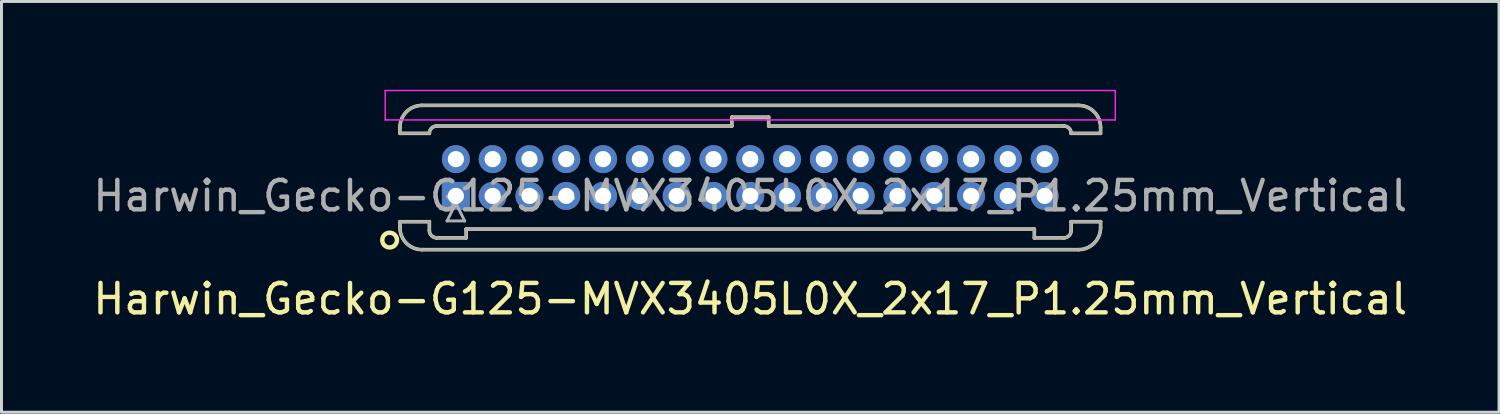
<source format=kicad_pcb>
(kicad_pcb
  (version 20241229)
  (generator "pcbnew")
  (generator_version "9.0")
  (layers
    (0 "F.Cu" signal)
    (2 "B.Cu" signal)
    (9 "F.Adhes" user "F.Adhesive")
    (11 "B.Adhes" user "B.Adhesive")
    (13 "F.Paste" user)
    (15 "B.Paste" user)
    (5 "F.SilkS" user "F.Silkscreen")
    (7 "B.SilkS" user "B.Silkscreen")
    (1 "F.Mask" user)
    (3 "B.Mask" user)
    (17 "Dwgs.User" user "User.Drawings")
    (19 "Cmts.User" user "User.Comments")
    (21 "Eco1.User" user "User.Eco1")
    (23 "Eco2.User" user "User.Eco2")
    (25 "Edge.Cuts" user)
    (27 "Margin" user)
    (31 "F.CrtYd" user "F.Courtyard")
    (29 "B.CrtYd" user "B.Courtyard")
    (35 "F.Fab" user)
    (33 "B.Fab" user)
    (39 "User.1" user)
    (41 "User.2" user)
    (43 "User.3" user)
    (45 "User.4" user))
  (footprint "Harwin_Gecko-G125-MVX3405L0X_2x17_P1.25mm_Vertical"
    (layer "F.Cu")
    (at 12.435 3.605)
    (property "Reference" "Harwin_Gecko-G125-MVX3405L0X_2x17_P1.25mm_Vertical" (at 10 3.5 0) (layer "F.SilkS") (effects (font (size 1 1) (thickness 0.15))))
    (attr through_hole)
    (fp_line (start -1.9 -2.325) (end -1.9 -2.125) (stroke (width 0.12) (type solid)) (layer "F.SilkS"))
    (fp_line (start -1.9 -2.125) (end -0.9 -2.125) (stroke (width 0.12) (type solid)) (layer "F.SilkS"))
    (fp_line (start -1.9 0.875) (end -0.9 0.875) (stroke (width 0.12) (type solid)) (layer "F.SilkS"))
    (fp_line (start -1.9 1.075) (end -1.9 0.875) (stroke (width 0.12) (type solid)) (layer "F.SilkS"))
    (fp_line (start -1.15 -3.075) (end 21.15 -3.075) (stroke (width 0.12) (type solid)) (layer "F.SilkS"))
    (fp_line (start -1.15 1.825) (end 21.15 1.825) (stroke (width 0.12) (type solid)) (layer "F.SilkS"))
    (fp_line (start -0.9 -2.125) (end -0.9 -2.125) (stroke (width 0.12) (type solid)) (layer "F.SilkS"))
    (fp_line (start -0.9 0.875) (end -0.9 0.875) (stroke (width 0.12) (type solid)) (layer "F.SilkS"))
    (fp_line (start -0.9 1.175) (end -0.9 0.875) (stroke (width 0.12) (type solid)) (layer "F.SilkS"))
    (fp_line (start -0.65 -2.375) (end 9.375 -2.375) (stroke (width 0.12) (type solid)) (layer "F.SilkS"))
    (fp_line (start -0.65 1.425) (end 0.35 1.425) (stroke (width 0.12) (type solid)) (layer "F.SilkS"))
    (fp_line (start 0.35 1.125) (end 19.65 1.125) (stroke (width 0.12) (type solid)) (layer "F.SilkS"))
    (fp_line (start 0.35 1.425) (end 0.35 1.125) (stroke (width 0.12) (type solid)) (layer "F.SilkS"))
    (fp_line (start 9.375 -2.675) (end 10.625 -2.675) (stroke (width 0.12) (type solid)) (layer "F.SilkS"))
    (fp_line (start 9.375 -2.375) (end 9.375 -2.675) (stroke (width 0.12) (type solid)) (layer "F.SilkS"))
    (fp_line (start 10.625 -2.675) (end 10.625 -2.375) (stroke (width 0.12) (type solid)) (layer "F.SilkS"))
    (fp_line (start 10.625 -2.375) (end 20.65 -2.375) (stroke (width 0.12) (type solid)) (layer "F.SilkS"))
    (fp_line (start 19.65 1.125) (end 19.65 1.425) (stroke (width 0.12) (type solid)) (layer "F.SilkS"))
    (fp_line (start 19.65 1.425) (end 20.65 1.425) (stroke (width 0.12) (type solid)) (layer "F.SilkS"))
    (fp_line (start 20.9 -2.125) (end 20.9 -2.125) (stroke (width 0.12) (type solid)) (layer "F.SilkS"))
    (fp_line (start 20.9 0.875) (end 20.9 0.875) (stroke (width 0.12) (type solid)) (layer "F.SilkS"))
    (fp_line (start 20.9 1.175) (end 20.9 0.875) (stroke (width 0.12) (type solid)) (layer "F.SilkS"))
    (fp_line (start 21.9 -2.325) (end 21.9 -2.125) (stroke (width 0.12) (type solid)) (layer "F.SilkS"))
    (fp_line (start 21.9 -2.125) (end 20.9 -2.125) (stroke (width 0.12) (type solid)) (layer "F.SilkS"))
    (fp_line (start 21.9 0.875) (end 20.9 0.875) (stroke (width 0.12) (type solid)) (layer "F.SilkS"))
    (fp_line (start 21.9 1.075) (end 21.9 0.875) (stroke (width 0.12) (type solid)) (layer "F.SilkS"))
    (fp_arc (start -1.9 -2.325) (mid -1.68033 -2.85533) (end -1.15 -3.075) (stroke (width 0.12) (type solid)) (layer "F.SilkS"))
    (fp_arc (start -1.15 1.825) (mid -1.68033 1.60533) (end -1.9 1.075) (stroke (width 0.12) (type solid)) (layer "F.SilkS"))
    (fp_arc (start -0.9 -2.125) (mid -0.826777 -2.301777) (end -0.65 -2.375) (stroke (width 0.12) (type solid)) (layer "F.SilkS"))
    (fp_arc (start -0.65 1.425) (mid -0.826777 1.351777) (end -0.9 1.175) (stroke (width 0.12) (type solid)) (layer "F.SilkS"))
    (fp_arc (start 20.65 -2.375) (mid 20.826777 -2.301777) (end 20.9 -2.125) (stroke (width 0.12) (type solid)) (layer "F.SilkS"))
    (fp_arc (start 20.9 1.175) (mid 20.826777 1.351777) (end 20.65 1.425) (stroke (width 0.12) (type solid)) (layer "F.SilkS"))
    (fp_arc (start 21.15 -3.075) (mid 21.68033 -2.85533) (end 21.9 -2.325) (stroke (width 0.12) (type solid)) (layer "F.SilkS"))
    (fp_arc (start 21.9 1.075) (mid 21.68033 1.60533) (end 21.15 1.825) (stroke (width 0.12) (type solid)) (layer "F.SilkS"))
    (fp_circle (center -2.25 1.5) (end -2 1.5) (stroke (width 0.15) (type solid)) (fill no) (layer "F.SilkS"))
    (fp_line (start -2.4 -3.58) (end -2.4 -2.58) (stroke (width 0.05) (type solid)) (layer "F.CrtYd"))
    (fp_line (start -2.4 -2.58) (end 22.4 -2.58) (stroke (width 0.05) (type solid)) (layer "F.CrtYd"))
    (fp_line (start 22.4 -3.58) (end -2.4 -3.58) (stroke (width 0.05) (type solid)) (layer "F.CrtYd"))
    (fp_line (start 22.4 -2.58) (end 22.4 -3.58) (stroke (width 0.05) (type solid)) (layer "F.CrtYd"))
    (fp_line (start -1.9 -2.325) (end -1.9 -2.125) (stroke (width 0.1) (type solid)) (layer "F.Fab"))
    (fp_line (start -1.9 -2.125) (end -0.9 -2.125) (stroke (width 0.1) (type solid)) (layer "F.Fab"))
    (fp_line (start -1.9 0.875) (end -0.9 0.875) (stroke (width 0.1) (type solid)) (layer "F.Fab"))
    (fp_line (start -1.9 1.075) (end -1.9 0.875) (stroke (width 0.1) (type solid)) (layer "F.Fab"))
    (fp_line (start -1.15 -3.075) (end 21.15 -3.075) (stroke (width 0.1) (type solid)) (layer "F.Fab"))
    (fp_line (start -1.15 1.825) (end 21.15 1.825) (stroke (width 0.1) (type solid)) (layer "F.Fab"))
    (fp_line (start -0.9 -2.125) (end -0.9 -2.125) (stroke (width 0.1) (type solid)) (layer "F.Fab"))
    (fp_line (start -0.9 0.875) (end -0.9 0.875) (stroke (width 0.1) (type solid)) (layer "F.Fab"))
    (fp_line (start -0.9 1.175) (end -0.9 0.875) (stroke (width 0.1) (type solid)) (layer "F.Fab"))
    (fp_line (start -0.65 -2.375) (end 9.375 -2.375) (stroke (width 0.1) (type solid)) (layer "F.Fab"))
    (fp_line (start -0.65 1.425) (end 0.35 1.425) (stroke (width 0.1) (type solid)) (layer "F.Fab"))
    (fp_line (start -0.3 0.85) (end 0.3 0.85) (stroke (width 0.1) (type solid)) (layer "F.Fab"))
    (fp_line (start 0 0.25) (end -0.3 0.85) (stroke (width 0.1) (type solid)) (layer "F.Fab"))
    (fp_line (start 0.3 0.85) (end 0 0.25) (stroke (width 0.1) (type solid)) (layer "F.Fab"))
    (fp_line (start 0.35 1.125) (end 19.65 1.125) (stroke (width 0.1) (type solid)) (layer "F.Fab"))
    (fp_line (start 0.35 1.425) (end 0.35 1.125) (stroke (width 0.1) (type solid)) (layer "F.Fab"))
    (fp_line (start 9.375 -2.675) (end 10.625 -2.675) (stroke (width 0.1) (type solid)) (layer "F.Fab"))
    (fp_line (start 9.375 -2.375) (end 9.375 -2.675) (stroke (width 0.1) (type solid)) (layer "F.Fab"))
    (fp_line (start 10.625 -2.675) (end 10.625 -2.375) (stroke (width 0.1) (type solid)) (layer "F.Fab"))
    (fp_line (start 10.625 -2.375) (end 20.65 -2.375) (stroke (width 0.1) (type solid)) (layer "F.Fab"))
    (fp_line (start 19.65 1.125) (end 19.65 1.425) (stroke (width 0.1) (type solid)) (layer "F.Fab"))
    (fp_line (start 19.65 1.425) (end 20.65 1.425) (stroke (width 0.1) (type solid)) (layer "F.Fab"))
    (fp_line (start 20.9 -2.125) (end 20.9 -2.125) (stroke (width 0.1) (type solid)) (layer "F.Fab"))
    (fp_line (start 20.9 0.875) (end 20.9 0.875) (stroke (width 0.1) (type solid)) (layer "F.Fab"))
    (fp_line (start 20.9 1.175) (end 20.9 0.875) (stroke (width 0.1) (type solid)) (layer "F.Fab"))
    (fp_line (start 21.9 -2.325) (end 21.9 -2.125) (stroke (width 0.1) (type solid)) (layer "F.Fab"))
    (fp_line (start 21.9 -2.125) (end 20.9 -2.125) (stroke (width 0.1) (type solid)) (layer "F.Fab"))
    (fp_line (start 21.9 0.875) (end 20.9 0.875) (stroke (width 0.1) (type solid)) (layer "F.Fab"))
    (fp_line (start 21.9 1.075) (end 21.9 0.875) (stroke (width 0.1) (type solid)) (layer "F.Fab"))
    (fp_arc (start -1.9 -2.325) (mid -1.68033 -2.85533) (end -1.15 -3.075) (stroke (width 0.1) (type solid)) (layer "F.Fab"))
    (fp_arc (start -1.15 1.825) (mid -1.68033 1.60533) (end -1.9 1.075) (stroke (width 0.1) (type solid)) (layer "F.Fab"))
    (fp_arc (start -0.9 -2.125) (mid -0.826777 -2.301777) (end -0.65 -2.375) (stroke (width 0.1) (type solid)) (layer "F.Fab"))
    (fp_arc (start -0.65 1.425) (mid -0.826777 1.351777) (end -0.9 1.175) (stroke (width 0.1) (type solid)) (layer "F.Fab"))
    (fp_arc (start 20.65 -2.375) (mid 20.826777 -2.301777) (end 20.9 -2.125) (stroke (width 0.1) (type solid)) (layer "F.Fab"))
    (fp_arc (start 20.9 1.175) (mid 20.826777 1.351777) (end 20.65 1.425) (stroke (width 0.1) (type solid)) (layer "F.Fab"))
    (fp_arc (start 21.15 -3.075) (mid 21.68033 -2.85533) (end 21.9 -2.325) (stroke (width 0.1) (type solid)) (layer "F.Fab"))
    (fp_arc (start 21.9 1.075) (mid 21.68033 1.60533) (end 21.15 1.825) (stroke (width 0.1) (type solid)) (layer "F.Fab"))
    (fp_text user "${REFERENCE}" (at 10 0 0) (layer "F.Fab") (effects (font (size 1 1) (thickness 0.15))))
    (pad "1" thru_hole rect (at 0 0) (size 0.95 0.95) (drill 0.55) (layers "*.Cu" "*.Mask"))
    (pad "2" thru_hole circle (at 0 -1.25) (size 0.95 0.95) (drill 0.55) (layers "*.Cu" "*.Mask"))
    (pad "3" thru_hole circle (at 1.25 0) (size 0.95 0.95) (drill 0.55) (layers "*.Cu" "*.Mask"))
    (pad "4" thru_hole circle (at 1.25 -1.25) (size 0.95 0.95) (drill 0.55) (layers "*.Cu" "*.Mask"))
    (pad "5" thru_hole circle (at 2.5 0) (size 0.95 0.95) (drill 0.55) (layers "*.Cu" "*.Mask"))
    (pad "6" thru_hole circle (at 2.5 -1.25) (size 0.95 0.95) (drill 0.55) (layers "*.Cu" "*.Mask"))
    (pad "7" thru_hole circle (at 3.75 0) (size 0.95 0.95) (drill 0.55) (layers "*.Cu" "*.Mask"))
    (pad "8" thru_hole circle (at 3.75 -1.25) (size 0.95 0.95) (drill 0.55) (layers "*.Cu" "*.Mask"))
    (pad "9" thru_hole circle (at 5 0) (size 0.95 0.95) (drill 0.55) (layers "*.Cu" "*.Mask"))
    (pad "10" thru_hole circle (at 5 -1.25) (size 0.95 0.95) (drill 0.55) (layers "*.Cu" "*.Mask"))
    (pad "11" thru_hole circle (at 6.25 0) (size 0.95 0.95) (drill 0.55) (layers "*.Cu" "*.Mask"))
    (pad "12" thru_hole circle (at 6.25 -1.25) (size 0.95 0.95) (drill 0.55) (layers "*.Cu" "*.Mask"))
    (pad "13" thru_hole circle (at 7.5 0) (size 0.95 0.95) (drill 0.55) (layers "*.Cu" "*.Mask"))
    (pad "14" thru_hole circle (at 7.5 -1.25) (size 0.95 0.95) (drill 0.55) (layers "*.Cu" "*.Mask"))
    (pad "15" thru_hole circle (at 8.75 0) (size 0.95 0.95) (drill 0.55) (layers "*.Cu" "*.Mask"))
    (pad "16" thru_hole circle (at 8.75 -1.25) (size 0.95 0.95) (drill 0.55) (layers "*.Cu" "*.Mask"))
    (pad "17" thru_hole circle (at 10 0) (size 0.95 0.95) (drill 0.55) (layers "*.Cu" "*.Mask"))
    (pad "18" thru_hole circle (at 10 -1.25) (size 0.95 0.95) (drill 0.55) (layers "*.Cu" "*.Mask"))
    (pad "19" thru_hole circle (at 11.25 0) (size 0.95 0.95) (drill 0.55) (layers "*.Cu" "*.Mask"))
    (pad "20" thru_hole circle (at 11.25 -1.25) (size 0.95 0.95) (drill 0.55) (layers "*.Cu" "*.Mask"))
    (pad "21" thru_hole circle (at 12.5 0) (size 0.95 0.95) (drill 0.55) (layers "*.Cu" "*.Mask"))
    (pad "22" thru_hole circle (at 12.5 -1.25) (size 0.95 0.95) (drill 0.55) (layers "*.Cu" "*.Mask"))
    (pad "23" thru_hole circle (at 13.75 0) (size 0.95 0.95) (drill 0.55) (layers "*.Cu" "*.Mask"))
    (pad "24" thru_hole circle (at 13.75 -1.25) (size 0.95 0.95) (drill 0.55) (layers "*.Cu" "*.Mask"))
    (pad "25" thru_hole circle (at 15 0) (size 0.95 0.95) (drill 0.55) (layers "*.Cu" "*.Mask"))
    (pad "26" thru_hole circle (at 15 -1.25) (size 0.95 0.95) (drill 0.55) (layers "*.Cu" "*.Mask"))
    (pad "27" thru_hole circle (at 16.25 0) (size 0.95 0.95) (drill 0.55) (layers "*.Cu" "*.Mask"))
    (pad "28" thru_hole circle (at 16.25 -1.25) (size 0.95 0.95) (drill 0.55) (layers "*.Cu" "*.Mask"))
    (pad "29" thru_hole circle (at 17.5 0) (size 0.95 0.95) (drill 0.55) (layers "*.Cu" "*.Mask"))
    (pad "30" thru_hole circle (at 17.5 -1.25) (size 0.95 0.95) (drill 0.55) (layers "*.Cu" "*.Mask"))
    (pad "31" thru_hole circle (at 18.75 0) (size 0.95 0.95) (drill 0.55) (layers "*.Cu" "*.Mask"))
    (pad "32" thru_hole circle (at 18.75 -1.25) (size 0.95 0.95) (drill 0.55) (layers "*.Cu" "*.Mask"))
    (pad "33" thru_hole circle (at 20 0) (size 0.95 0.95) (drill 0.55) (layers "*.Cu" "*.Mask"))
    (pad "34" thru_hole circle (at 20 -1.25) (size 0.95 0.95) (drill 0.55) (layers "*.Cu" "*.Mask")))
  (gr_rect
    (start -3 -3)
    (end 47.869 10.953)
    (stroke (width 0.1) (type default))
    (fill no)
    (layer "Edge.Cuts")))
</source>
